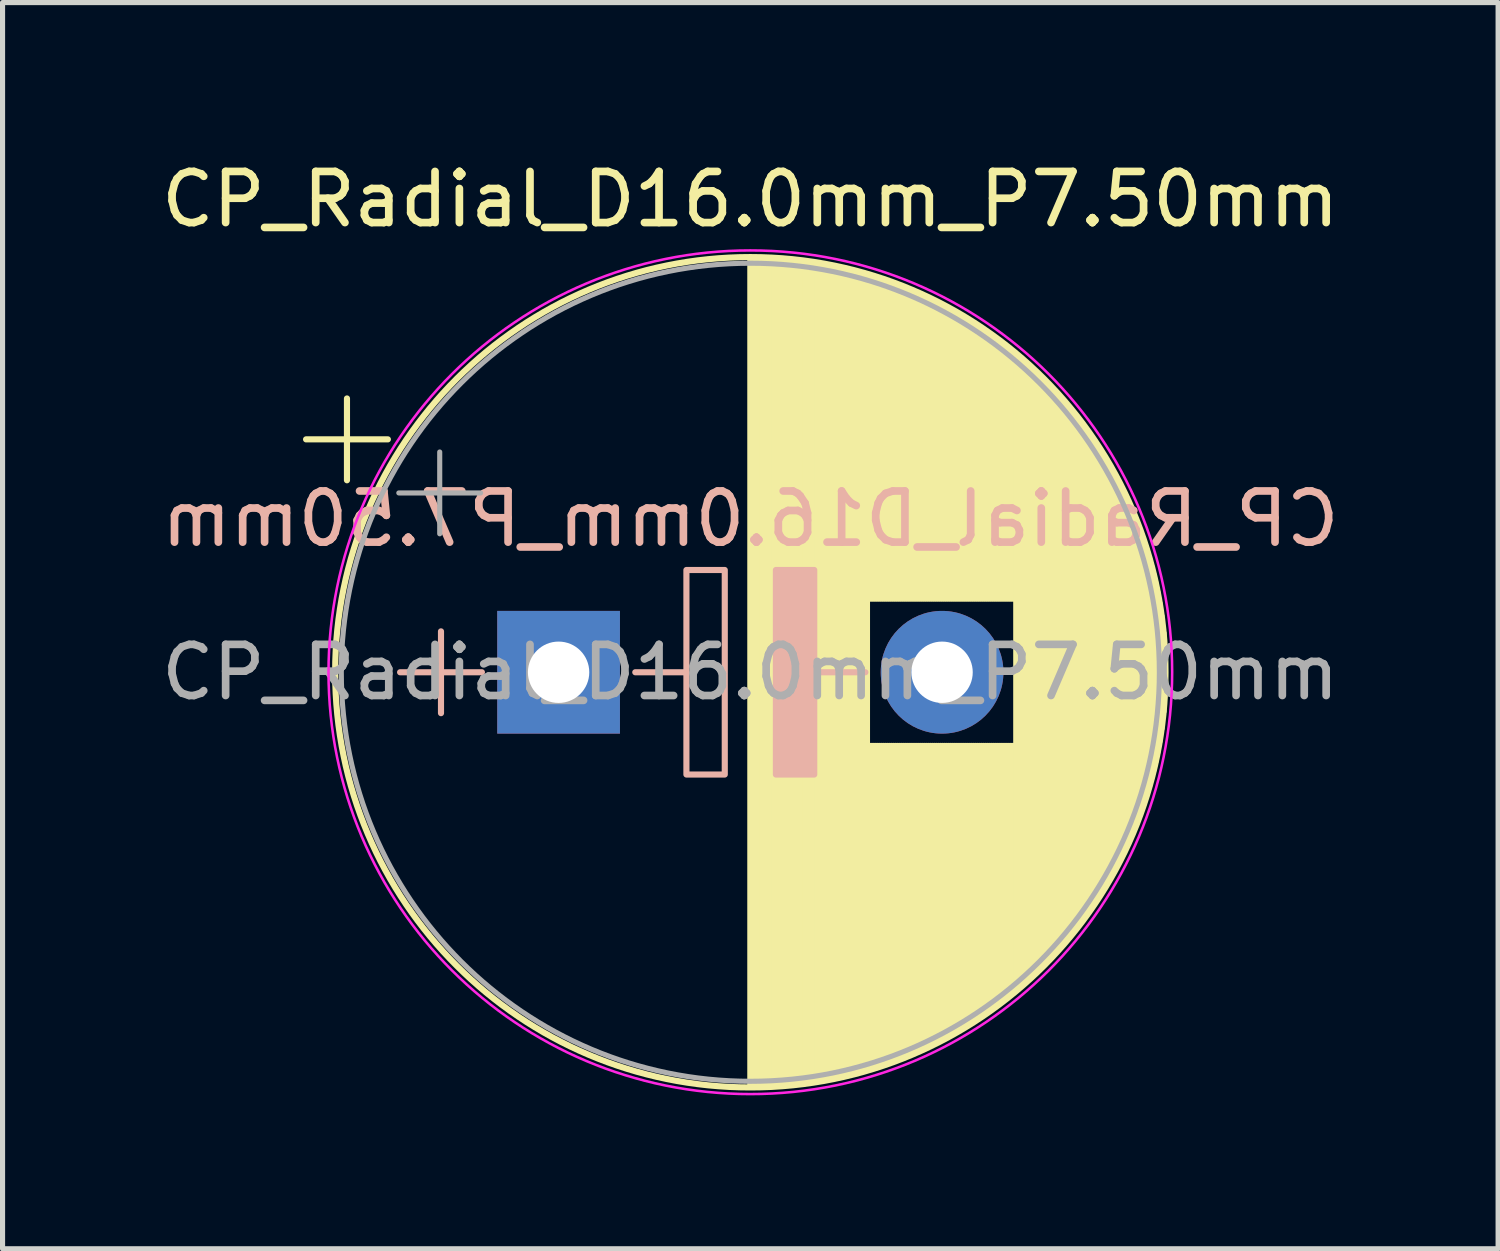
<source format=kicad_pcb>
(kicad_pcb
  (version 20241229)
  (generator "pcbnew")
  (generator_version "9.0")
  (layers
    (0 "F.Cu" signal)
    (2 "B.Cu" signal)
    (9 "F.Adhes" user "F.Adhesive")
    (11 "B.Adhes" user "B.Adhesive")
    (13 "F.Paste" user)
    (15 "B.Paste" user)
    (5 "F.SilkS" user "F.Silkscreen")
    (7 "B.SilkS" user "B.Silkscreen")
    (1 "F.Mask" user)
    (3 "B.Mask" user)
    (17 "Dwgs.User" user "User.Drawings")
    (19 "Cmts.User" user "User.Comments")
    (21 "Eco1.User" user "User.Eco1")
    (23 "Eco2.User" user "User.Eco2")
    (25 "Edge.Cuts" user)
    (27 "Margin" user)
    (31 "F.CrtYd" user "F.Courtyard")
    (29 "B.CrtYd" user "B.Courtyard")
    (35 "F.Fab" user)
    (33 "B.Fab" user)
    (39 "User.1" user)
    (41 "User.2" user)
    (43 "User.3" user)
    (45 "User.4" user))
  (footprint "CP_Radial_D16.0mm_P7.50mm"
    (layer "F.Cu")
    (at 7.875 10.098)
    (property "Reference" "CP_Radial_D16.0mm_P7.50mm" (at 3.75 -9.25 0) (layer "F.SilkS") (effects (font (size 1 1) (thickness 0.15))))
    (fp_line (start -4.939 -4.555) (end -3.339 -4.555) (stroke (width 0.12) (type solid)) (layer "F.SilkS"))
    (fp_line (start -4.139 -5.355) (end -4.139 -3.755) (stroke (width 0.12) (type solid)) (layer "F.SilkS"))
    (fp_line (start 3.75 -8.081) (end 3.75 8.081) (stroke (width 0.12) (type solid)) (layer "F.SilkS"))
    (fp_line (start 3.79 -8.08) (end 3.79 8.08) (stroke (width 0.12) (type solid)) (layer "F.SilkS"))
    (fp_line (start 3.83 -8.08) (end 3.83 8.08) (stroke (width 0.12) (type solid)) (layer "F.SilkS"))
    (fp_line (start 3.87 -8.08) (end 3.87 8.08) (stroke (width 0.12) (type solid)) (layer "F.SilkS"))
    (fp_line (start 3.91 -8.079) (end 3.91 8.079) (stroke (width 0.12) (type solid)) (layer "F.SilkS"))
    (fp_line (start 3.95 -8.078) (end 3.95 8.078) (stroke (width 0.12) (type solid)) (layer "F.SilkS"))
    (fp_line (start 3.99 -8.077) (end 3.99 8.077) (stroke (width 0.12) (type solid)) (layer "F.SilkS"))
    (fp_line (start 4.03 -8.076) (end 4.03 8.076) (stroke (width 0.12) (type solid)) (layer "F.SilkS"))
    (fp_line (start 4.07 -8.074) (end 4.07 8.074) (stroke (width 0.12) (type solid)) (layer "F.SilkS"))
    (fp_line (start 4.11 -8.073) (end 4.11 8.073) (stroke (width 0.12) (type solid)) (layer "F.SilkS"))
    (fp_line (start 4.15 -8.071) (end 4.15 8.071) (stroke (width 0.12) (type solid)) (layer "F.SilkS"))
    (fp_line (start 4.19 -8.069) (end 4.19 8.069) (stroke (width 0.12) (type solid)) (layer "F.SilkS"))
    (fp_line (start 4.23 -8.066) (end 4.23 8.066) (stroke (width 0.12) (type solid)) (layer "F.SilkS"))
    (fp_line (start 4.27 -8.064) (end 4.27 8.064) (stroke (width 0.12) (type solid)) (layer "F.SilkS"))
    (fp_line (start 4.31 -8.061) (end 4.31 8.061) (stroke (width 0.12) (type solid)) (layer "F.SilkS"))
    (fp_line (start 4.35 -8.058) (end 4.35 8.058) (stroke (width 0.12) (type solid)) (layer "F.SilkS"))
    (fp_line (start 4.39 -8.055) (end 4.39 8.055) (stroke (width 0.12) (type solid)) (layer "F.SilkS"))
    (fp_line (start 4.43 -8.052) (end 4.43 8.052) (stroke (width 0.12) (type solid)) (layer "F.SilkS"))
    (fp_line (start 4.471 -8.049) (end 4.471 8.049) (stroke (width 0.12) (type solid)) (layer "F.SilkS"))
    (fp_line (start 4.511 -8.045) (end 4.511 8.045) (stroke (width 0.12) (type solid)) (layer "F.SilkS"))
    (fp_line (start 4.551 -8.041) (end 4.551 8.041) (stroke (width 0.12) (type solid)) (layer "F.SilkS"))
    (fp_line (start 4.591 -8.037) (end 4.591 8.037) (stroke (width 0.12) (type solid)) (layer "F.SilkS"))
    (fp_line (start 4.631 -8.033) (end 4.631 8.033) (stroke (width 0.12) (type solid)) (layer "F.SilkS"))
    (fp_line (start 4.671 -8.028) (end 4.671 8.028) (stroke (width 0.12) (type solid)) (layer "F.SilkS"))
    (fp_line (start 4.711 -8.024) (end 4.711 8.024) (stroke (width 0.12) (type solid)) (layer "F.SilkS"))
    (fp_line (start 4.751 -8.019) (end 4.751 8.019) (stroke (width 0.12) (type solid)) (layer "F.SilkS"))
    (fp_line (start 4.791 -8.014) (end 4.791 8.014) (stroke (width 0.12) (type solid)) (layer "F.SilkS"))
    (fp_line (start 4.831 -8.008) (end 4.831 8.008) (stroke (width 0.12) (type solid)) (layer "F.SilkS"))
    (fp_line (start 4.871 -8.003) (end 4.871 8.003) (stroke (width 0.12) (type solid)) (layer "F.SilkS"))
    (fp_line (start 4.911 -7.997) (end 4.911 7.997) (stroke (width 0.12) (type solid)) (layer "F.SilkS"))
    (fp_line (start 4.951 -7.991) (end 4.951 7.991) (stroke (width 0.12) (type solid)) (layer "F.SilkS"))
    (fp_line (start 4.991 -7.985) (end 4.991 7.985) (stroke (width 0.12) (type solid)) (layer "F.SilkS"))
    (fp_line (start 5.031 -7.979) (end 5.031 7.979) (stroke (width 0.12) (type solid)) (layer "F.SilkS"))
    (fp_line (start 5.071 -7.972) (end 5.071 7.972) (stroke (width 0.12) (type solid)) (layer "F.SilkS"))
    (fp_line (start 5.111 -7.966) (end 5.111 7.966) (stroke (width 0.12) (type solid)) (layer "F.SilkS"))
    (fp_line (start 5.151 -7.959) (end 5.151 7.959) (stroke (width 0.12) (type solid)) (layer "F.SilkS"))
    (fp_line (start 5.191 -7.952) (end 5.191 7.952) (stroke (width 0.12) (type solid)) (layer "F.SilkS"))
    (fp_line (start 5.231 -7.944) (end 5.231 7.944) (stroke (width 0.12) (type solid)) (layer "F.SilkS"))
    (fp_line (start 5.271 -7.937) (end 5.271 7.937) (stroke (width 0.12) (type solid)) (layer "F.SilkS"))
    (fp_line (start 5.311 -7.929) (end 5.311 7.929) (stroke (width 0.12) (type solid)) (layer "F.SilkS"))
    (fp_line (start 5.351 -7.921) (end 5.351 7.921) (stroke (width 0.12) (type solid)) (layer "F.SilkS"))
    (fp_line (start 5.391 -7.913) (end 5.391 7.913) (stroke (width 0.12) (type solid)) (layer "F.SilkS"))
    (fp_line (start 5.431 -7.905) (end 5.431 7.905) (stroke (width 0.12) (type solid)) (layer "F.SilkS"))
    (fp_line (start 5.471 -7.896) (end 5.471 7.896) (stroke (width 0.12) (type solid)) (layer "F.SilkS"))
    (fp_line (start 5.511 -7.887) (end 5.511 7.887) (stroke (width 0.12) (type solid)) (layer "F.SilkS"))
    (fp_line (start 5.551 -7.878) (end 5.551 7.878) (stroke (width 0.12) (type solid)) (layer "F.SilkS"))
    (fp_line (start 5.591 -7.869) (end 5.591 7.869) (stroke (width 0.12) (type solid)) (layer "F.SilkS"))
    (fp_line (start 5.631 -7.86) (end 5.631 7.86) (stroke (width 0.12) (type solid)) (layer "F.SilkS"))
    (fp_line (start 5.671 -7.85) (end 5.671 7.85) (stroke (width 0.12) (type solid)) (layer "F.SilkS"))
    (fp_line (start 5.711 -7.84) (end 5.711 7.84) (stroke (width 0.12) (type solid)) (layer "F.SilkS"))
    (fp_line (start 5.751 -7.83) (end 5.751 7.83) (stroke (width 0.12) (type solid)) (layer "F.SilkS"))
    (fp_line (start 5.791 -7.82) (end 5.791 7.82) (stroke (width 0.12) (type solid)) (layer "F.SilkS"))
    (fp_line (start 5.831 -7.81) (end 5.831 7.81) (stroke (width 0.12) (type solid)) (layer "F.SilkS"))
    (fp_line (start 5.871 -7.799) (end 5.871 7.799) (stroke (width 0.12) (type solid)) (layer "F.SilkS"))
    (fp_line (start 5.911 -7.788) (end 5.911 7.788) (stroke (width 0.12) (type solid)) (layer "F.SilkS"))
    (fp_line (start 5.951 -7.777) (end 5.951 7.777) (stroke (width 0.12) (type solid)) (layer "F.SilkS"))
    (fp_line (start 5.991 -7.765) (end 5.991 7.765) (stroke (width 0.12) (type solid)) (layer "F.SilkS"))
    (fp_line (start 6.031 -7.754) (end 6.031 7.754) (stroke (width 0.12) (type solid)) (layer "F.SilkS"))
    (fp_line (start 6.071 -7.742) (end 6.071 -1.44) (stroke (width 0.12) (type solid)) (layer "F.SilkS"))
    (fp_line (start 6.071 1.44) (end 6.071 7.742) (stroke (width 0.12) (type solid)) (layer "F.SilkS"))
    (fp_line (start 6.111 -7.73) (end 6.111 -1.44) (stroke (width 0.12) (type solid)) (layer "F.SilkS"))
    (fp_line (start 6.111 1.44) (end 6.111 7.73) (stroke (width 0.12) (type solid)) (layer "F.SilkS"))
    (fp_line (start 6.151 -7.718) (end 6.151 -1.44) (stroke (width 0.12) (type solid)) (layer "F.SilkS"))
    (fp_line (start 6.151 1.44) (end 6.151 7.718) (stroke (width 0.12) (type solid)) (layer "F.SilkS"))
    (fp_line (start 6.191 -7.705) (end 6.191 -1.44) (stroke (width 0.12) (type solid)) (layer "F.SilkS"))
    (fp_line (start 6.191 1.44) (end 6.191 7.705) (stroke (width 0.12) (type solid)) (layer "F.SilkS"))
    (fp_line (start 6.231 -7.693) (end 6.231 -1.44) (stroke (width 0.12) (type solid)) (layer "F.SilkS"))
    (fp_line (start 6.231 1.44) (end 6.231 7.693) (stroke (width 0.12) (type solid)) (layer "F.SilkS"))
    (fp_line (start 6.271 -7.68) (end 6.271 -1.44) (stroke (width 0.12) (type solid)) (layer "F.SilkS"))
    (fp_line (start 6.271 1.44) (end 6.271 7.68) (stroke (width 0.12) (type solid)) (layer "F.SilkS"))
    (fp_line (start 6.311 -7.666) (end 6.311 -1.44) (stroke (width 0.12) (type solid)) (layer "F.SilkS"))
    (fp_line (start 6.311 1.44) (end 6.311 7.666) (stroke (width 0.12) (type solid)) (layer "F.SilkS"))
    (fp_line (start 6.351 -7.653) (end 6.351 -1.44) (stroke (width 0.12) (type solid)) (layer "F.SilkS"))
    (fp_line (start 6.351 1.44) (end 6.351 7.653) (stroke (width 0.12) (type solid)) (layer "F.SilkS"))
    (fp_line (start 6.391 -7.639) (end 6.391 -1.44) (stroke (width 0.12) (type solid)) (layer "F.SilkS"))
    (fp_line (start 6.391 1.44) (end 6.391 7.639) (stroke (width 0.12) (type solid)) (layer "F.SilkS"))
    (fp_line (start 6.431 -7.625) (end 6.431 -1.44) (stroke (width 0.12) (type solid)) (layer "F.SilkS"))
    (fp_line (start 6.431 1.44) (end 6.431 7.625) (stroke (width 0.12) (type solid)) (layer "F.SilkS"))
    (fp_line (start 6.471 -7.611) (end 6.471 -1.44) (stroke (width 0.12) (type solid)) (layer "F.SilkS"))
    (fp_line (start 6.471 1.44) (end 6.471 7.611) (stroke (width 0.12) (type solid)) (layer "F.SilkS"))
    (fp_line (start 6.511 -7.597) (end 6.511 -1.44) (stroke (width 0.12) (type solid)) (layer "F.SilkS"))
    (fp_line (start 6.511 1.44) (end 6.511 7.597) (stroke (width 0.12) (type solid)) (layer "F.SilkS"))
    (fp_line (start 6.551 -7.582) (end 6.551 -1.44) (stroke (width 0.12) (type solid)) (layer "F.SilkS"))
    (fp_line (start 6.551 1.44) (end 6.551 7.582) (stroke (width 0.12) (type solid)) (layer "F.SilkS"))
    (fp_line (start 6.591 -7.568) (end 6.591 -1.44) (stroke (width 0.12) (type solid)) (layer "F.SilkS"))
    (fp_line (start 6.591 1.44) (end 6.591 7.568) (stroke (width 0.12) (type solid)) (layer "F.SilkS"))
    (fp_line (start 6.631 -7.553) (end 6.631 -1.44) (stroke (width 0.12) (type solid)) (layer "F.SilkS"))
    (fp_line (start 6.631 1.44) (end 6.631 7.553) (stroke (width 0.12) (type solid)) (layer "F.SilkS"))
    (fp_line (start 6.671 -7.537) (end 6.671 -1.44) (stroke (width 0.12) (type solid)) (layer "F.SilkS"))
    (fp_line (start 6.671 1.44) (end 6.671 7.537) (stroke (width 0.12) (type solid)) (layer "F.SilkS"))
    (fp_line (start 6.711 -7.522) (end 6.711 -1.44) (stroke (width 0.12) (type solid)) (layer "F.SilkS"))
    (fp_line (start 6.711 1.44) (end 6.711 7.522) (stroke (width 0.12) (type solid)) (layer "F.SilkS"))
    (fp_line (start 6.751 -7.506) (end 6.751 -1.44) (stroke (width 0.12) (type solid)) (layer "F.SilkS"))
    (fp_line (start 6.751 1.44) (end 6.751 7.506) (stroke (width 0.12) (type solid)) (layer "F.SilkS"))
    (fp_line (start 6.791 -7.49) (end 6.791 -1.44) (stroke (width 0.12) (type solid)) (layer "F.SilkS"))
    (fp_line (start 6.791 1.44) (end 6.791 7.49) (stroke (width 0.12) (type solid)) (layer "F.SilkS"))
    (fp_line (start 6.831 -7.474) (end 6.831 -1.44) (stroke (width 0.12) (type solid)) (layer "F.SilkS"))
    (fp_line (start 6.831 1.44) (end 6.831 7.474) (stroke (width 0.12) (type solid)) (layer "F.SilkS"))
    (fp_line (start 6.871 -7.457) (end 6.871 -1.44) (stroke (width 0.12) (type solid)) (layer "F.SilkS"))
    (fp_line (start 6.871 1.44) (end 6.871 7.457) (stroke (width 0.12) (type solid)) (layer "F.SilkS"))
    (fp_line (start 6.911 -7.44) (end 6.911 -1.44) (stroke (width 0.12) (type solid)) (layer "F.SilkS"))
    (fp_line (start 6.911 1.44) (end 6.911 7.44) (stroke (width 0.12) (type solid)) (layer "F.SilkS"))
    (fp_line (start 6.951 -7.423) (end 6.951 -1.44) (stroke (width 0.12) (type solid)) (layer "F.SilkS"))
    (fp_line (start 6.951 1.44) (end 6.951 7.423) (stroke (width 0.12) (type solid)) (layer "F.SilkS"))
    (fp_line (start 6.991 -7.406) (end 6.991 -1.44) (stroke (width 0.12) (type solid)) (layer "F.SilkS"))
    (fp_line (start 6.991 1.44) (end 6.991 7.406) (stroke (width 0.12) (type solid)) (layer "F.SilkS"))
    (fp_line (start 7.031 -7.389) (end 7.031 -1.44) (stroke (width 0.12) (type solid)) (layer "F.SilkS"))
    (fp_line (start 7.031 1.44) (end 7.031 7.389) (stroke (width 0.12) (type solid)) (layer "F.SilkS"))
    (fp_line (start 7.071 -7.371) (end 7.071 -1.44) (stroke (width 0.12) (type solid)) (layer "F.SilkS"))
    (fp_line (start 7.071 1.44) (end 7.071 7.371) (stroke (width 0.12) (type solid)) (layer "F.SilkS"))
    (fp_line (start 7.111 -7.353) (end 7.111 -1.44) (stroke (width 0.12) (type solid)) (layer "F.SilkS"))
    (fp_line (start 7.111 1.44) (end 7.111 7.353) (stroke (width 0.12) (type solid)) (layer "F.SilkS"))
    (fp_line (start 7.151 -7.334) (end 7.151 -1.44) (stroke (width 0.12) (type solid)) (layer "F.SilkS"))
    (fp_line (start 7.151 1.44) (end 7.151 7.334) (stroke (width 0.12) (type solid)) (layer "F.SilkS"))
    (fp_line (start 7.191 -7.316) (end 7.191 -1.44) (stroke (width 0.12) (type solid)) (layer "F.SilkS"))
    (fp_line (start 7.191 1.44) (end 7.191 7.316) (stroke (width 0.12) (type solid)) (layer "F.SilkS"))
    (fp_line (start 7.231 -7.297) (end 7.231 -1.44) (stroke (width 0.12) (type solid)) (layer "F.SilkS"))
    (fp_line (start 7.231 1.44) (end 7.231 7.297) (stroke (width 0.12) (type solid)) (layer "F.SilkS"))
    (fp_line (start 7.271 -7.278) (end 7.271 -1.44) (stroke (width 0.12) (type solid)) (layer "F.SilkS"))
    (fp_line (start 7.271 1.44) (end 7.271 7.278) (stroke (width 0.12) (type solid)) (layer "F.SilkS"))
    (fp_line (start 7.311 -7.258) (end 7.311 -1.44) (stroke (width 0.12) (type solid)) (layer "F.SilkS"))
    (fp_line (start 7.311 1.44) (end 7.311 7.258) (stroke (width 0.12) (type solid)) (layer "F.SilkS"))
    (fp_line (start 7.351 -7.239) (end 7.351 -1.44) (stroke (width 0.12) (type solid)) (layer "F.SilkS"))
    (fp_line (start 7.351 1.44) (end 7.351 7.239) (stroke (width 0.12) (type solid)) (layer "F.SilkS"))
    (fp_line (start 7.391 -7.219) (end 7.391 -1.44) (stroke (width 0.12) (type solid)) (layer "F.SilkS"))
    (fp_line (start 7.391 1.44) (end 7.391 7.219) (stroke (width 0.12) (type solid)) (layer "F.SilkS"))
    (fp_line (start 7.431 -7.199) (end 7.431 -1.44) (stroke (width 0.12) (type solid)) (layer "F.SilkS"))
    (fp_line (start 7.431 1.44) (end 7.431 7.199) (stroke (width 0.12) (type solid)) (layer "F.SilkS"))
    (fp_line (start 7.471 -7.178) (end 7.471 -1.44) (stroke (width 0.12) (type solid)) (layer "F.SilkS"))
    (fp_line (start 7.471 1.44) (end 7.471 7.178) (stroke (width 0.12) (type solid)) (layer "F.SilkS"))
    (fp_line (start 7.511 -7.157) (end 7.511 -1.44) (stroke (width 0.12) (type solid)) (layer "F.SilkS"))
    (fp_line (start 7.511 1.44) (end 7.511 7.157) (stroke (width 0.12) (type solid)) (layer "F.SilkS"))
    (fp_line (start 7.551 -7.136) (end 7.551 -1.44) (stroke (width 0.12) (type solid)) (layer "F.SilkS"))
    (fp_line (start 7.551 1.44) (end 7.551 7.136) (stroke (width 0.12) (type solid)) (layer "F.SilkS"))
    (fp_line (start 7.591 -7.115) (end 7.591 -1.44) (stroke (width 0.12) (type solid)) (layer "F.SilkS"))
    (fp_line (start 7.591 1.44) (end 7.591 7.115) (stroke (width 0.12) (type solid)) (layer "F.SilkS"))
    (fp_line (start 7.631 -7.094) (end 7.631 -1.44) (stroke (width 0.12) (type solid)) (layer "F.SilkS"))
    (fp_line (start 7.631 1.44) (end 7.631 7.094) (stroke (width 0.12) (type solid)) (layer "F.SilkS"))
    (fp_line (start 7.671 -7.072) (end 7.671 -1.44) (stroke (width 0.12) (type solid)) (layer "F.SilkS"))
    (fp_line (start 7.671 1.44) (end 7.671 7.072) (stroke (width 0.12) (type solid)) (layer "F.SilkS"))
    (fp_line (start 7.711 -7.049) (end 7.711 -1.44) (stroke (width 0.12) (type solid)) (layer "F.SilkS"))
    (fp_line (start 7.711 1.44) (end 7.711 7.049) (stroke (width 0.12) (type solid)) (layer "F.SilkS"))
    (fp_line (start 7.751 -7.027) (end 7.751 -1.44) (stroke (width 0.12) (type solid)) (layer "F.SilkS"))
    (fp_line (start 7.751 1.44) (end 7.751 7.027) (stroke (width 0.12) (type solid)) (layer "F.SilkS"))
    (fp_line (start 7.791 -7.004) (end 7.791 -1.44) (stroke (width 0.12) (type solid)) (layer "F.SilkS"))
    (fp_line (start 7.791 1.44) (end 7.791 7.004) (stroke (width 0.12) (type solid)) (layer "F.SilkS"))
    (fp_line (start 7.831 -6.981) (end 7.831 -1.44) (stroke (width 0.12) (type solid)) (layer "F.SilkS"))
    (fp_line (start 7.831 1.44) (end 7.831 6.981) (stroke (width 0.12) (type solid)) (layer "F.SilkS"))
    (fp_line (start 7.871 -6.958) (end 7.871 -1.44) (stroke (width 0.12) (type solid)) (layer "F.SilkS"))
    (fp_line (start 7.871 1.44) (end 7.871 6.958) (stroke (width 0.12) (type solid)) (layer "F.SilkS"))
    (fp_line (start 7.911 -6.934) (end 7.911 -1.44) (stroke (width 0.12) (type solid)) (layer "F.SilkS"))
    (fp_line (start 7.911 1.44) (end 7.911 6.934) (stroke (width 0.12) (type solid)) (layer "F.SilkS"))
    (fp_line (start 7.951 -6.91) (end 7.951 -1.44) (stroke (width 0.12) (type solid)) (layer "F.SilkS"))
    (fp_line (start 7.951 1.44) (end 7.951 6.91) (stroke (width 0.12) (type solid)) (layer "F.SilkS"))
    (fp_line (start 7.991 -6.886) (end 7.991 -1.44) (stroke (width 0.12) (type solid)) (layer "F.SilkS"))
    (fp_line (start 7.991 1.44) (end 7.991 6.886) (stroke (width 0.12) (type solid)) (layer "F.SilkS"))
    (fp_line (start 8.031 -6.861) (end 8.031 -1.44) (stroke (width 0.12) (type solid)) (layer "F.SilkS"))
    (fp_line (start 8.031 1.44) (end 8.031 6.861) (stroke (width 0.12) (type solid)) (layer "F.SilkS"))
    (fp_line (start 8.071 -6.836) (end 8.071 -1.44) (stroke (width 0.12) (type solid)) (layer "F.SilkS"))
    (fp_line (start 8.071 1.44) (end 8.071 6.836) (stroke (width 0.12) (type solid)) (layer "F.SilkS"))
    (fp_line (start 8.111 -6.811) (end 8.111 -1.44) (stroke (width 0.12) (type solid)) (layer "F.SilkS"))
    (fp_line (start 8.111 1.44) (end 8.111 6.811) (stroke (width 0.12) (type solid)) (layer "F.SilkS"))
    (fp_line (start 8.151 -6.785) (end 8.151 -1.44) (stroke (width 0.12) (type solid)) (layer "F.SilkS"))
    (fp_line (start 8.151 1.44) (end 8.151 6.785) (stroke (width 0.12) (type solid)) (layer "F.SilkS"))
    (fp_line (start 8.191 -6.759) (end 8.191 -1.44) (stroke (width 0.12) (type solid)) (layer "F.SilkS"))
    (fp_line (start 8.191 1.44) (end 8.191 6.759) (stroke (width 0.12) (type solid)) (layer "F.SilkS"))
    (fp_line (start 8.231 -6.733) (end 8.231 -1.44) (stroke (width 0.12) (type solid)) (layer "F.SilkS"))
    (fp_line (start 8.231 1.44) (end 8.231 6.733) (stroke (width 0.12) (type solid)) (layer "F.SilkS"))
    (fp_line (start 8.271 -6.706) (end 8.271 -1.44) (stroke (width 0.12) (type solid)) (layer "F.SilkS"))
    (fp_line (start 8.271 1.44) (end 8.271 6.706) (stroke (width 0.12) (type solid)) (layer "F.SilkS"))
    (fp_line (start 8.311 -6.679) (end 8.311 -1.44) (stroke (width 0.12) (type solid)) (layer "F.SilkS"))
    (fp_line (start 8.311 1.44) (end 8.311 6.679) (stroke (width 0.12) (type solid)) (layer "F.SilkS"))
    (fp_line (start 8.351 -6.652) (end 8.351 -1.44) (stroke (width 0.12) (type solid)) (layer "F.SilkS"))
    (fp_line (start 8.351 1.44) (end 8.351 6.652) (stroke (width 0.12) (type solid)) (layer "F.SilkS"))
    (fp_line (start 8.391 -6.624) (end 8.391 -1.44) (stroke (width 0.12) (type solid)) (layer "F.SilkS"))
    (fp_line (start 8.391 1.44) (end 8.391 6.624) (stroke (width 0.12) (type solid)) (layer "F.SilkS"))
    (fp_line (start 8.431 -6.596) (end 8.431 -1.44) (stroke (width 0.12) (type solid)) (layer "F.SilkS"))
    (fp_line (start 8.431 1.44) (end 8.431 6.596) (stroke (width 0.12) (type solid)) (layer "F.SilkS"))
    (fp_line (start 8.471 -6.568) (end 8.471 -1.44) (stroke (width 0.12) (type solid)) (layer "F.SilkS"))
    (fp_line (start 8.471 1.44) (end 8.471 6.568) (stroke (width 0.12) (type solid)) (layer "F.SilkS"))
    (fp_line (start 8.511 -6.539) (end 8.511 -1.44) (stroke (width 0.12) (type solid)) (layer "F.SilkS"))
    (fp_line (start 8.511 1.44) (end 8.511 6.539) (stroke (width 0.12) (type solid)) (layer "F.SilkS"))
    (fp_line (start 8.551 -6.51) (end 8.551 -1.44) (stroke (width 0.12) (type solid)) (layer "F.SilkS"))
    (fp_line (start 8.551 1.44) (end 8.551 6.51) (stroke (width 0.12) (type solid)) (layer "F.SilkS"))
    (fp_line (start 8.591 -6.48) (end 8.591 -1.44) (stroke (width 0.12) (type solid)) (layer "F.SilkS"))
    (fp_line (start 8.591 1.44) (end 8.591 6.48) (stroke (width 0.12) (type solid)) (layer "F.SilkS"))
    (fp_line (start 8.631 -6.45) (end 8.631 -1.44) (stroke (width 0.12) (type solid)) (layer "F.SilkS"))
    (fp_line (start 8.631 1.44) (end 8.631 6.45) (stroke (width 0.12) (type solid)) (layer "F.SilkS"))
    (fp_line (start 8.671 -6.42) (end 8.671 -1.44) (stroke (width 0.12) (type solid)) (layer "F.SilkS"))
    (fp_line (start 8.671 1.44) (end 8.671 6.42) (stroke (width 0.12) (type solid)) (layer "F.SilkS"))
    (fp_line (start 8.711 -6.39) (end 8.711 -1.44) (stroke (width 0.12) (type solid)) (layer "F.SilkS"))
    (fp_line (start 8.711 1.44) (end 8.711 6.39) (stroke (width 0.12) (type solid)) (layer "F.SilkS"))
    (fp_line (start 8.751 -6.358) (end 8.751 -1.44) (stroke (width 0.12) (type solid)) (layer "F.SilkS"))
    (fp_line (start 8.751 1.44) (end 8.751 6.358) (stroke (width 0.12) (type solid)) (layer "F.SilkS"))
    (fp_line (start 8.791 -6.327) (end 8.791 -1.44) (stroke (width 0.12) (type solid)) (layer "F.SilkS"))
    (fp_line (start 8.791 1.44) (end 8.791 6.327) (stroke (width 0.12) (type solid)) (layer "F.SilkS"))
    (fp_line (start 8.831 -6.295) (end 8.831 -1.44) (stroke (width 0.12) (type solid)) (layer "F.SilkS"))
    (fp_line (start 8.831 1.44) (end 8.831 6.295) (stroke (width 0.12) (type solid)) (layer "F.SilkS"))
    (fp_line (start 8.871 -6.263) (end 8.871 -1.44) (stroke (width 0.12) (type solid)) (layer "F.SilkS"))
    (fp_line (start 8.871 1.44) (end 8.871 6.263) (stroke (width 0.12) (type solid)) (layer "F.SilkS"))
    (fp_line (start 8.911 -6.23) (end 8.911 -1.44) (stroke (width 0.12) (type solid)) (layer "F.SilkS"))
    (fp_line (start 8.911 1.44) (end 8.911 6.23) (stroke (width 0.12) (type solid)) (layer "F.SilkS"))
    (fp_line (start 8.951 -6.197) (end 8.951 6.197) (stroke (width 0.12) (type solid)) (layer "F.SilkS"))
    (fp_line (start 8.991 -6.163) (end 8.991 6.163) (stroke (width 0.12) (type solid)) (layer "F.SilkS"))
    (fp_line (start 9.031 -6.129) (end 9.031 6.129) (stroke (width 0.12) (type solid)) (layer "F.SilkS"))
    (fp_line (start 9.071 -6.095) (end 9.071 6.095) (stroke (width 0.12) (type solid)) (layer "F.SilkS"))
    (fp_line (start 9.111 -6.06) (end 9.111 6.06) (stroke (width 0.12) (type solid)) (layer "F.SilkS"))
    (fp_line (start 9.151 -6.025) (end 9.151 6.025) (stroke (width 0.12) (type solid)) (layer "F.SilkS"))
    (fp_line (start 9.191 -5.989) (end 9.191 5.989) (stroke (width 0.12) (type solid)) (layer "F.SilkS"))
    (fp_line (start 9.231 -5.952) (end 9.231 5.952) (stroke (width 0.12) (type solid)) (layer "F.SilkS"))
    (fp_line (start 9.271 -5.916) (end 9.271 5.916) (stroke (width 0.12) (type solid)) (layer "F.SilkS"))
    (fp_line (start 9.311 -5.878) (end 9.311 5.878) (stroke (width 0.12) (type solid)) (layer "F.SilkS"))
    (fp_line (start 9.351 -5.84) (end 9.351 5.84) (stroke (width 0.12) (type solid)) (layer "F.SilkS"))
    (fp_line (start 9.391 -5.802) (end 9.391 5.802) (stroke (width 0.12) (type solid)) (layer "F.SilkS"))
    (fp_line (start 9.431 -5.763) (end 9.431 5.763) (stroke (width 0.12) (type solid)) (layer "F.SilkS"))
    (fp_line (start 9.471 -5.724) (end 9.471 5.724) (stroke (width 0.12) (type solid)) (layer "F.SilkS"))
    (fp_line (start 9.511 -5.684) (end 9.511 5.684) (stroke (width 0.12) (type solid)) (layer "F.SilkS"))
    (fp_line (start 9.551 -5.643) (end 9.551 5.643) (stroke (width 0.12) (type solid)) (layer "F.SilkS"))
    (fp_line (start 9.591 -5.602) (end 9.591 5.602) (stroke (width 0.12) (type solid)) (layer "F.SilkS"))
    (fp_line (start 9.631 -5.56) (end 9.631 5.56) (stroke (width 0.12) (type solid)) (layer "F.SilkS"))
    (fp_line (start 9.671 -5.518) (end 9.671 5.518) (stroke (width 0.12) (type solid)) (layer "F.SilkS"))
    (fp_line (start 9.711 -5.475) (end 9.711 5.475) (stroke (width 0.12) (type solid)) (layer "F.SilkS"))
    (fp_line (start 9.751 -5.432) (end 9.751 5.432) (stroke (width 0.12) (type solid)) (layer "F.SilkS"))
    (fp_line (start 9.791 -5.388) (end 9.791 5.388) (stroke (width 0.12) (type solid)) (layer "F.SilkS"))
    (fp_line (start 9.831 -5.343) (end 9.831 5.343) (stroke (width 0.12) (type solid)) (layer "F.SilkS"))
    (fp_line (start 9.871 -5.297) (end 9.871 5.297) (stroke (width 0.12) (type solid)) (layer "F.SilkS"))
    (fp_line (start 9.911 -5.251) (end 9.911 5.251) (stroke (width 0.12) (type solid)) (layer "F.SilkS"))
    (fp_line (start 9.951 -5.204) (end 9.951 5.204) (stroke (width 0.12) (type solid)) (layer "F.SilkS"))
    (fp_line (start 9.991 -5.156) (end 9.991 5.156) (stroke (width 0.12) (type solid)) (layer "F.SilkS"))
    (fp_line (start 10.031 -5.108) (end 10.031 5.108) (stroke (width 0.12) (type solid)) (layer "F.SilkS"))
    (fp_line (start 10.071 -5.059) (end 10.071 5.059) (stroke (width 0.12) (type solid)) (layer "F.SilkS"))
    (fp_line (start 10.111 -5.009) (end 10.111 5.009) (stroke (width 0.12) (type solid)) (layer "F.SilkS"))
    (fp_line (start 10.151 -4.958) (end 10.151 4.958) (stroke (width 0.12) (type solid)) (layer "F.SilkS"))
    (fp_line (start 10.191 -4.906) (end 10.191 4.906) (stroke (width 0.12) (type solid)) (layer "F.SilkS"))
    (fp_line (start 10.231 -4.854) (end 10.231 4.854) (stroke (width 0.12) (type solid)) (layer "F.SilkS"))
    (fp_line (start 10.271 -4.8) (end 10.271 4.8) (stroke (width 0.12) (type solid)) (layer "F.SilkS"))
    (fp_line (start 10.311 -4.746) (end 10.311 4.746) (stroke (width 0.12) (type solid)) (layer "F.SilkS"))
    (fp_line (start 10.351 -4.691) (end 10.351 4.691) (stroke (width 0.12) (type solid)) (layer "F.SilkS"))
    (fp_line (start 10.391 -4.634) (end 10.391 4.634) (stroke (width 0.12) (type solid)) (layer "F.SilkS"))
    (fp_line (start 10.431 -4.577) (end 10.431 4.577) (stroke (width 0.12) (type solid)) (layer "F.SilkS"))
    (fp_line (start 10.471 -4.519) (end 10.471 4.519) (stroke (width 0.12) (type solid)) (layer "F.SilkS"))
    (fp_line (start 10.511 -4.459) (end 10.511 4.459) (stroke (width 0.12) (type solid)) (layer "F.SilkS"))
    (fp_line (start 10.551 -4.398) (end 10.551 4.398) (stroke (width 0.12) (type solid)) (layer "F.SilkS"))
    (fp_line (start 10.591 -4.336) (end 10.591 4.336) (stroke (width 0.12) (type solid)) (layer "F.SilkS"))
    (fp_line (start 10.631 -4.273) (end 10.631 4.273) (stroke (width 0.12) (type solid)) (layer "F.SilkS"))
    (fp_line (start 10.671 -4.209) (end 10.671 4.209) (stroke (width 0.12) (type solid)) (layer "F.SilkS"))
    (fp_line (start 10.711 -4.143) (end 10.711 4.143) (stroke (width 0.12) (type solid)) (layer "F.SilkS"))
    (fp_line (start 10.751 -4.076) (end 10.751 4.076) (stroke (width 0.12) (type solid)) (layer "F.SilkS"))
    (fp_line (start 10.791 -4.007) (end 10.791 4.007) (stroke (width 0.12) (type solid)) (layer "F.SilkS"))
    (fp_line (start 10.831 -3.936) (end 10.831 3.936) (stroke (width 0.12) (type solid)) (layer "F.SilkS"))
    (fp_line (start 10.871 -3.864) (end 10.871 3.864) (stroke (width 0.12) (type solid)) (layer "F.SilkS"))
    (fp_line (start 10.911 -3.79) (end 10.911 3.79) (stroke (width 0.12) (type solid)) (layer "F.SilkS"))
    (fp_line (start 10.951 -3.715) (end 10.951 3.715) (stroke (width 0.12) (type solid)) (layer "F.SilkS"))
    (fp_line (start 10.991 -3.637) (end 10.991 3.637) (stroke (width 0.12) (type solid)) (layer "F.SilkS"))
    (fp_line (start 11.031 -3.557) (end 11.031 3.557) (stroke (width 0.12) (type solid)) (layer "F.SilkS"))
    (fp_line (start 11.071 -3.475) (end 11.071 3.475) (stroke (width 0.12) (type solid)) (layer "F.SilkS"))
    (fp_line (start 11.111 -3.39) (end 11.111 3.39) (stroke (width 0.12) (type solid)) (layer "F.SilkS"))
    (fp_line (start 11.151 -3.303) (end 11.151 3.303) (stroke (width 0.12) (type solid)) (layer "F.SilkS"))
    (fp_line (start 11.191 -3.213) (end 11.191 3.213) (stroke (width 0.12) (type solid)) (layer "F.SilkS"))
    (fp_line (start 11.231 -3.12) (end 11.231 3.12) (stroke (width 0.12) (type solid)) (layer "F.SilkS"))
    (fp_line (start 11.271 -3.024) (end 11.271 3.024) (stroke (width 0.12) (type solid)) (layer "F.SilkS"))
    (fp_line (start 11.311 -2.924) (end 11.311 2.924) (stroke (width 0.12) (type solid)) (layer "F.SilkS"))
    (fp_line (start 11.351 -2.82) (end 11.351 2.82) (stroke (width 0.12) (type solid)) (layer "F.SilkS"))
    (fp_line (start 11.391 -2.711) (end 11.391 2.711) (stroke (width 0.12) (type solid)) (layer "F.SilkS"))
    (fp_line (start 11.431 -2.597) (end 11.431 2.597) (stroke (width 0.12) (type solid)) (layer "F.SilkS"))
    (fp_line (start 11.471 -2.478) (end 11.471 2.478) (stroke (width 0.12) (type solid)) (layer "F.SilkS"))
    (fp_line (start 11.511 -2.351) (end 11.511 2.351) (stroke (width 0.12) (type solid)) (layer "F.SilkS"))
    (fp_line (start 11.551 -2.218) (end 11.551 2.218) (stroke (width 0.12) (type solid)) (layer "F.SilkS"))
    (fp_line (start 11.591 -2.074) (end 11.591 2.074) (stroke (width 0.12) (type solid)) (layer "F.SilkS"))
    (fp_line (start 11.631 -1.92) (end 11.631 1.92) (stroke (width 0.12) (type solid)) (layer "F.SilkS"))
    (fp_line (start 11.671 -1.752) (end 11.671 1.752) (stroke (width 0.12) (type solid)) (layer "F.SilkS"))
    (fp_line (start 11.711 -1.564) (end 11.711 1.564) (stroke (width 0.12) (type solid)) (layer "F.SilkS"))
    (fp_line (start 11.751 -1.351) (end 11.751 1.351) (stroke (width 0.12) (type solid)) (layer "F.SilkS"))
    (fp_line (start 11.791 -1.098) (end 11.791 1.098) (stroke (width 0.12) (type solid)) (layer "F.SilkS"))
    (fp_line (start 11.831 -0.765) (end 11.831 0.765) (stroke (width 0.12) (type solid)) (layer "F.SilkS"))
    (fp_circle (center 3.75 0) (end 11.87 0) (stroke (width 0.12) (type solid)) (fill no) (layer "F.SilkS"))
    (fp_line (start -2.3 -0.8) (end -2.3 0.8) (stroke (width 0.12) (type solid)) (layer "B.SilkS"))
    (fp_line (start -1.5 0) (end -3.1 0) (stroke (width 0.12) (type solid)) (layer "B.SilkS"))
    (fp_line (start 2.5 0) (end 1.5 0) (stroke (width 0.12) (type solid)) (layer "B.SilkS"))
    (fp_line (start 6 0) (end 5 0) (stroke (width 0.12) (type solid)) (layer "B.SilkS"))
    (fp_rect (start 2.5 -2) (end 3.25 2) (stroke (width 0.12) (type solid)) (fill no) (layer "B.SilkS"))
    (fp_rect (start 4.25 -2) (end 5 2) (stroke (width 0.12) (type solid)) (fill yes) (layer "B.SilkS"))
    (fp_circle (center 3.75 0) (end 12 0) (stroke (width 0.05) (type solid)) (fill no) (layer "F.CrtYd"))
    (fp_line (start -3.125 -3.507) (end -1.525 -3.507) (stroke (width 0.1) (type solid)) (layer "F.Fab"))
    (fp_line (start -2.325 -4.308) (end -2.325 -2.708) (stroke (width 0.1) (type solid)) (layer "F.Fab"))
    (fp_circle (center 3.75 0) (end 11.75 0) (stroke (width 0.1) (type solid)) (fill no) (layer "F.Fab"))
    (fp_text user "${REFERENCE}" (at 3.75 -3 0) (layer "B.SilkS") (effects (font (size 1 1) (thickness 0.15)) (justify mirror)))
    (fp_text user "${REFERENCE}" (at 3.75 0 0) (layer "F.Fab") (effects (font (size 1 1) (thickness 0.15))))
    (pad "1" thru_hole rect (at 0 0) (size 2.4 2.4) (drill 1.2) (layers "*.Cu" "*.Mask"))
    (pad "2" thru_hole circle (at 7.5 0) (size 2.4 2.4) (drill 1.2) (layers "*.Cu" "*.Mask")))
  (gr_rect
    (start -3 -3)
    (end 26.25 21.373)
    (stroke (width 0.1) (type default))
    (fill no)
    (layer "Edge.Cuts")))
</source>
